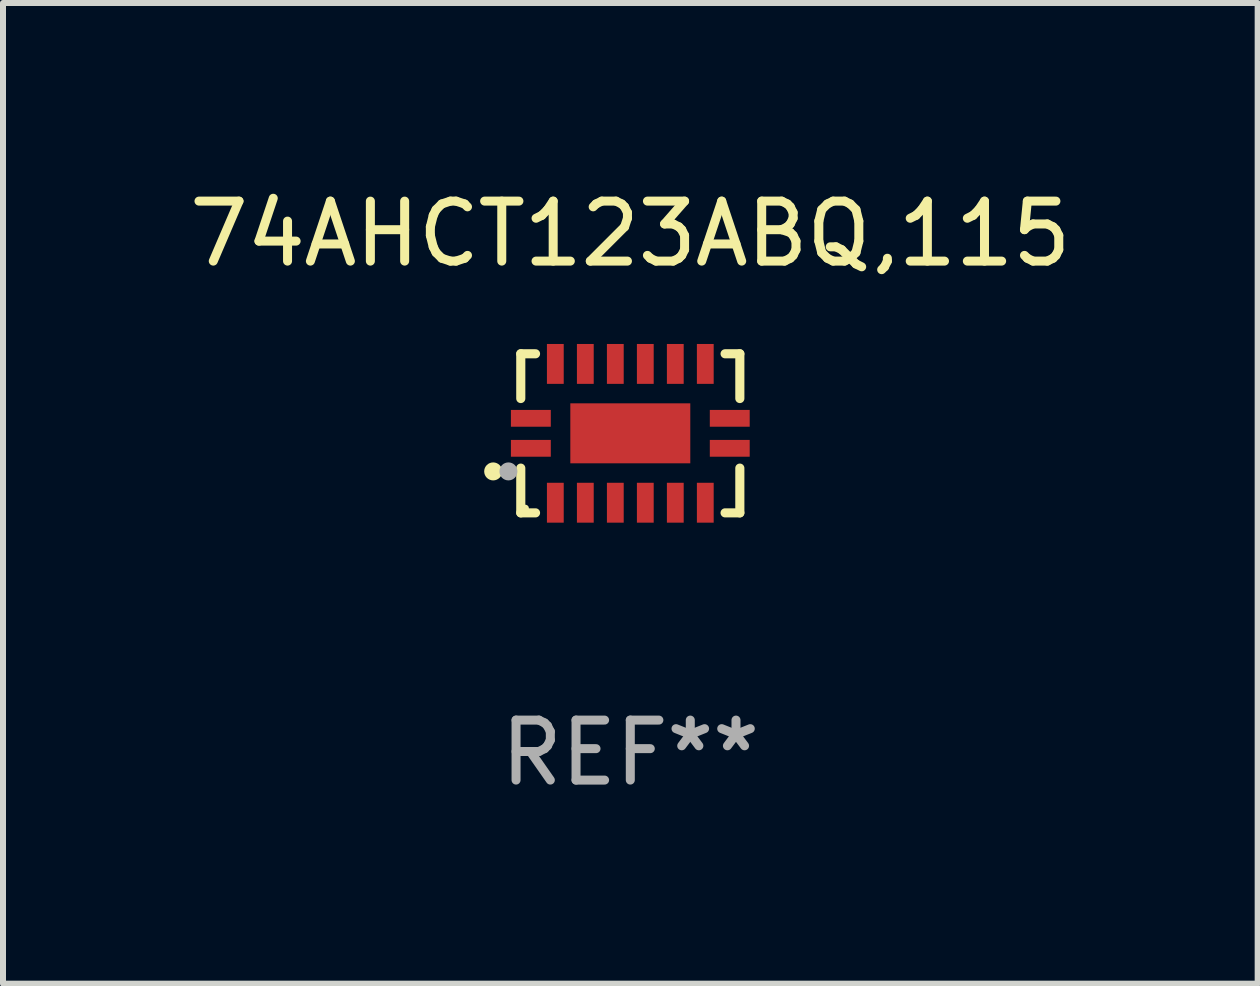
<source format=kicad_pcb>
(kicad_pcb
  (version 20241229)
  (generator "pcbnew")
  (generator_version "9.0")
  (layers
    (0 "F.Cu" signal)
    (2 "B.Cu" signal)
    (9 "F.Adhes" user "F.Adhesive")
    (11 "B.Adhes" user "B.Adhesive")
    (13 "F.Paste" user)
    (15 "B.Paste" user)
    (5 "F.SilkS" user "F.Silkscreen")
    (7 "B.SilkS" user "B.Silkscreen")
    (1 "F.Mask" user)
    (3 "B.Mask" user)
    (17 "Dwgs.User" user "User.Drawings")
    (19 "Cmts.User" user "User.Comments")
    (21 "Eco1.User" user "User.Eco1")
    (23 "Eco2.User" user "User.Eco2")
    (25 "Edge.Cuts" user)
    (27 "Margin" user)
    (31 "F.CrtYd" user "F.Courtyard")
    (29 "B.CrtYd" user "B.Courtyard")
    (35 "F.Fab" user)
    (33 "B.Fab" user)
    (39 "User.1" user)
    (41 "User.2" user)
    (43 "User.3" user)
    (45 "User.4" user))
  (footprint "74AHCT123ABQ,115"
    (layer "F.Cu")
    (at 7.458 4.174)
    (property "Reference" "74AHCT123ABQ,115" (at 0 -3.326 0) (layer "F.SilkS") (effects (font (size 1 1) (thickness 0.15))))
    (attr through_hole)
    (fp_line (start -1.826 -1.326) (end -1.58 -1.326) (stroke (width 0.152) (type solid)) (layer "F.SilkS"))
    (fp_line (start -1.826 -0.58) (end -1.826 -1.326) (stroke (width 0.152) (type solid)) (layer "F.SilkS"))
    (fp_line (start -1.826 0.58) (end -1.826 1.326) (stroke (width 0.152) (type solid)) (layer "F.SilkS"))
    (fp_line (start -1.826 1.326) (end -1.58 1.326) (stroke (width 0.152) (type solid)) (layer "F.SilkS"))
    (fp_line (start 1.826 -1.326) (end 1.58 -1.326) (stroke (width 0.152) (type solid)) (layer "F.SilkS"))
    (fp_line (start 1.826 -0.58) (end 1.826 -1.326) (stroke (width 0.152) (type solid)) (layer "F.SilkS"))
    (fp_line (start 1.826 0.58) (end 1.826 1.326) (stroke (width 0.152) (type solid)) (layer "F.SilkS"))
    (fp_line (start 1.826 1.326) (end 1.58 1.326) (stroke (width 0.152) (type solid)) (layer "F.SilkS"))
    (fp_circle (center -2.286 0.635) (end -2.211 0.635) (stroke (width 0.15) (type solid)) (fill no) (layer "F.SilkS"))
    (fp_circle (center -1.75 1.25) (end -1.72 1.25) (stroke (width 0.06) (type solid)) (fill no) (layer "F.SilkS"))
    (fp_circle (center -2.032 0.635) (end -1.957 0.635) (stroke (width 0.15) (type solid)) (fill no) (layer "F.Fab"))
    (fp_text user "REF**" (at 0 5.326 0) (layer "F.Fab") (effects (font (size 1 1) (thickness 0.15))))
    (pad "1" smd rect (at -1.658 0.25) (size 0.665 0.28) (layers "F.Cu" "F.Mask" "F.Paste"))
    (pad "2" smd rect (at -1.25 1.157) (size 0.28 0.665) (layers "F.Cu" "F.Mask" "F.Paste"))
    (pad "3" smd rect (at -0.75 1.157) (size 0.28 0.665) (layers "F.Cu" "F.Mask" "F.Paste"))
    (pad "4" smd rect (at -0.25 1.157) (size 0.28 0.665) (layers "F.Cu" "F.Mask" "F.Paste"))
    (pad "5" smd rect (at 0.25 1.157) (size 0.28 0.665) (layers "F.Cu" "F.Mask" "F.Paste"))
    (pad "6" smd rect (at 0.75 1.157) (size 0.28 0.665) (layers "F.Cu" "F.Mask" "F.Paste"))
    (pad "7" smd rect (at 1.25 1.157) (size 0.28 0.665) (layers "F.Cu" "F.Mask" "F.Paste"))
    (pad "8" smd rect (at 1.658 0.25) (size 0.665 0.28) (layers "F.Cu" "F.Mask" "F.Paste"))
    (pad "9" smd rect (at 1.658 -0.25) (size 0.665 0.28) (layers "F.Cu" "F.Mask" "F.Paste"))
    (pad "10" smd rect (at 1.25 -1.157) (size 0.28 0.665) (layers "F.Cu" "F.Mask" "F.Paste"))
    (pad "11" smd rect (at 0.75 -1.157) (size 0.28 0.665) (layers "F.Cu" "F.Mask" "F.Paste"))
    (pad "12" smd rect (at 0.25 -1.157) (size 0.28 0.665) (layers "F.Cu" "F.Mask" "F.Paste"))
    (pad "13" smd rect (at -0.25 -1.157) (size 0.28 0.665) (layers "F.Cu" "F.Mask" "F.Paste"))
    (pad "14" smd rect (at -0.75 -1.157) (size 0.28 0.665) (layers "F.Cu" "F.Mask" "F.Paste"))
    (pad "15" smd rect (at -1.25 -1.157) (size 0.28 0.665) (layers "F.Cu" "F.Mask" "F.Paste"))
    (pad "16" smd rect (at -1.658 -0.25) (size 0.665 0.28) (layers "F.Cu" "F.Mask" "F.Paste"))
    (pad "17" smd rect (at 0 0) (size 2 1) (layers "F.Cu" "F.Mask" "F.Paste")))
  (gr_rect
    (start -3 -3)
    (end 17.917 13.349)
    (stroke (width 0.1) (type default))
    (fill no)
    (layer "Edge.Cuts")))
</source>
